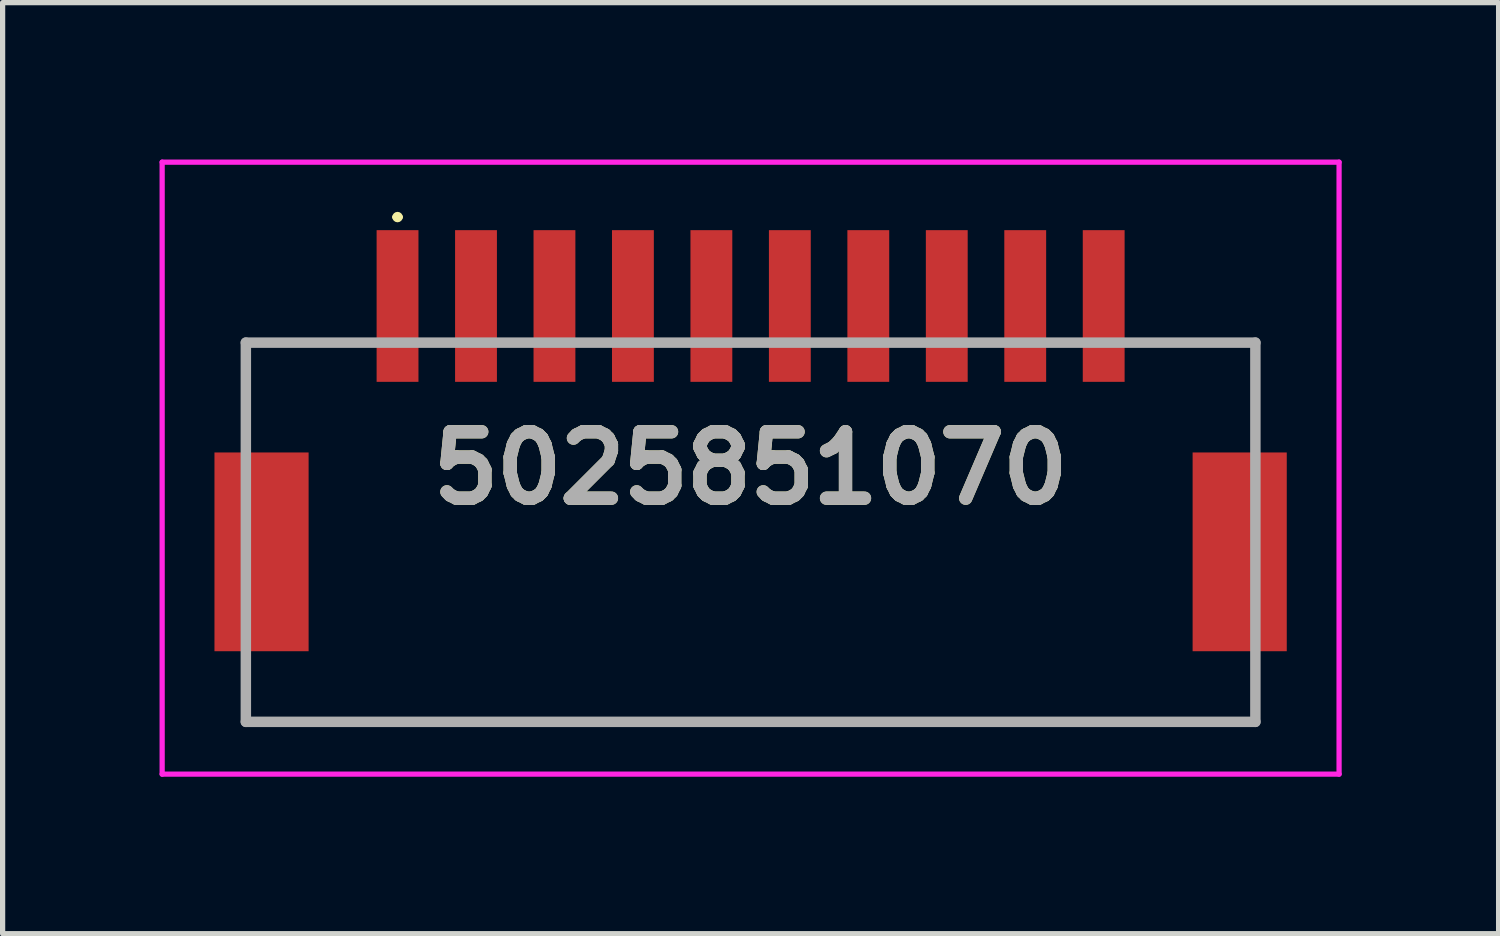
<source format=kicad_pcb>
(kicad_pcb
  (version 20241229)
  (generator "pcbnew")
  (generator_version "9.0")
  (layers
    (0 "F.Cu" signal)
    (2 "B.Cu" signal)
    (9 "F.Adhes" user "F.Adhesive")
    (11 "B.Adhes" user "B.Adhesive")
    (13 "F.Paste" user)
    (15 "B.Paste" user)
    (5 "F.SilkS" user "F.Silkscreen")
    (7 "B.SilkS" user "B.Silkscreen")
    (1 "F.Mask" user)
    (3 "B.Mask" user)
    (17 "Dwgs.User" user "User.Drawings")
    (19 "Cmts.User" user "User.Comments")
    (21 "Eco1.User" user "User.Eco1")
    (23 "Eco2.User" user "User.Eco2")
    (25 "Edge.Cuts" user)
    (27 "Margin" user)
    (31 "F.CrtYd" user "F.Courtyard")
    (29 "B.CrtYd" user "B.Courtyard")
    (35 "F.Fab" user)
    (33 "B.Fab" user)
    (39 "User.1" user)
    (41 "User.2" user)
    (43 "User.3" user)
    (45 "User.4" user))
  (footprint "5025851070"
    (layer "F.Cu")
    (at 11.3 5.9)
    (property "Reference" "5025851070" (at 0 0 0) (layer "F.SilkS") (effects (font (size 1.27 1.27) (thickness 0.254))))
    (attr smd)
    (fp_line (start -9.65 -2.4) (end -9.65 -0.9) (stroke (width 0.1) (type solid)) (layer "F.SilkS"))
    (fp_line (start -9.65 4.85) (end -9.65 4.1) (stroke (width 0.1) (type solid)) (layer "F.SilkS"))
    (fp_line (start -7.5 -2.4) (end -9.65 -2.4) (stroke (width 0.1) (type solid)) (layer "F.SilkS"))
    (fp_line (start -6.8 -4.8) (end -6.8 -4.8) (stroke (width 0.1) (type solid)) (layer "F.SilkS"))
    (fp_line (start -6.7 -4.8) (end -6.7 -4.8) (stroke (width 0.1) (type solid)) (layer "F.SilkS"))
    (fp_line (start 7.5 -2.4) (end 9.65 -2.4) (stroke (width 0.1) (type solid)) (layer "F.SilkS"))
    (fp_line (start 9.65 -2.4) (end 9.65 -0.9) (stroke (width 0.1) (type solid)) (layer "F.SilkS"))
    (fp_line (start 9.65 4.1) (end 9.65 4.85) (stroke (width 0.1) (type solid)) (layer "F.SilkS"))
    (fp_line (start 9.65 4.85) (end -9.65 4.85) (stroke (width 0.1) (type solid)) (layer "F.SilkS"))
    (fp_arc (start -6.8 -4.8) (mid -6.75 -4.85) (end -6.7 -4.8) (stroke (width 0.1) (type solid)) (layer "F.SilkS"))
    (fp_arc (start -6.7 -4.8) (mid -6.75 -4.75) (end -6.8 -4.8) (stroke (width 0.1) (type solid)) (layer "F.SilkS"))
    (fp_line (start -11.25 -5.85) (end 11.25 -5.85) (stroke (width 0.1) (type solid)) (layer "F.CrtYd"))
    (fp_line (start -11.25 5.85) (end -11.25 -5.85) (stroke (width 0.1) (type solid)) (layer "F.CrtYd"))
    (fp_line (start 11.25 -5.85) (end 11.25 5.85) (stroke (width 0.1) (type solid)) (layer "F.CrtYd"))
    (fp_line (start 11.25 5.85) (end -11.25 5.85) (stroke (width 0.1) (type solid)) (layer "F.CrtYd"))
    (fp_line (start -9.65 -2.4) (end 9.65 -2.4) (stroke (width 0.2) (type solid)) (layer "F.Fab"))
    (fp_line (start -9.65 4.85) (end -9.65 -2.4) (stroke (width 0.2) (type solid)) (layer "F.Fab"))
    (fp_line (start 9.65 -2.4) (end 9.65 4.85) (stroke (width 0.2) (type solid)) (layer "F.Fab"))
    (fp_line (start 9.65 4.85) (end -9.65 4.85) (stroke (width 0.2) (type solid)) (layer "F.Fab"))
    (fp_text user "${REFERENCE}" (at 0 0 0) (layer "F.Fab") (effects (font (size 1.27 1.27) (thickness 0.254))))
    (pad "1" smd rect (at -6.75 -3.1) (size 0.8 2.9) (layers "F.Cu" "F.Mask" "F.Paste"))
    (pad "2" smd rect (at -5.25 -3.1) (size 0.8 2.9) (layers "F.Cu" "F.Mask" "F.Paste"))
    (pad "3" smd rect (at -3.75 -3.1) (size 0.8 2.9) (layers "F.Cu" "F.Mask" "F.Paste"))
    (pad "4" smd rect (at -2.25 -3.1) (size 0.8 2.9) (layers "F.Cu" "F.Mask" "F.Paste"))
    (pad "5" smd rect (at -0.75 -3.1) (size 0.8 2.9) (layers "F.Cu" "F.Mask" "F.Paste"))
    (pad "6" smd rect (at 0.75 -3.1) (size 0.8 2.9) (layers "F.Cu" "F.Mask" "F.Paste"))
    (pad "7" smd rect (at 2.25 -3.1) (size 0.8 2.9) (layers "F.Cu" "F.Mask" "F.Paste"))
    (pad "8" smd rect (at 3.75 -3.1) (size 0.8 2.9) (layers "F.Cu" "F.Mask" "F.Paste"))
    (pad "9" smd rect (at 5.25 -3.1) (size 0.8 2.9) (layers "F.Cu" "F.Mask" "F.Paste"))
    (pad "10" smd rect (at 6.75 -3.1) (size 0.8 2.9) (layers "F.Cu" "F.Mask" "F.Paste"))
    (pad "MP1" smd rect (at -9.35 1.6) (size 1.8 3.8) (layers "F.Cu" "F.Mask" "F.Paste"))
    (pad "MP2" smd rect (at 9.35 1.6) (size 1.8 3.8) (layers "F.Cu" "F.Mask" "F.Paste")))
  (gr_rect
    (start -3 -3)
    (end 25.6 14.8)
    (stroke (width 0.1) (type default))
    (fill no)
    (layer "Edge.Cuts")))
</source>
